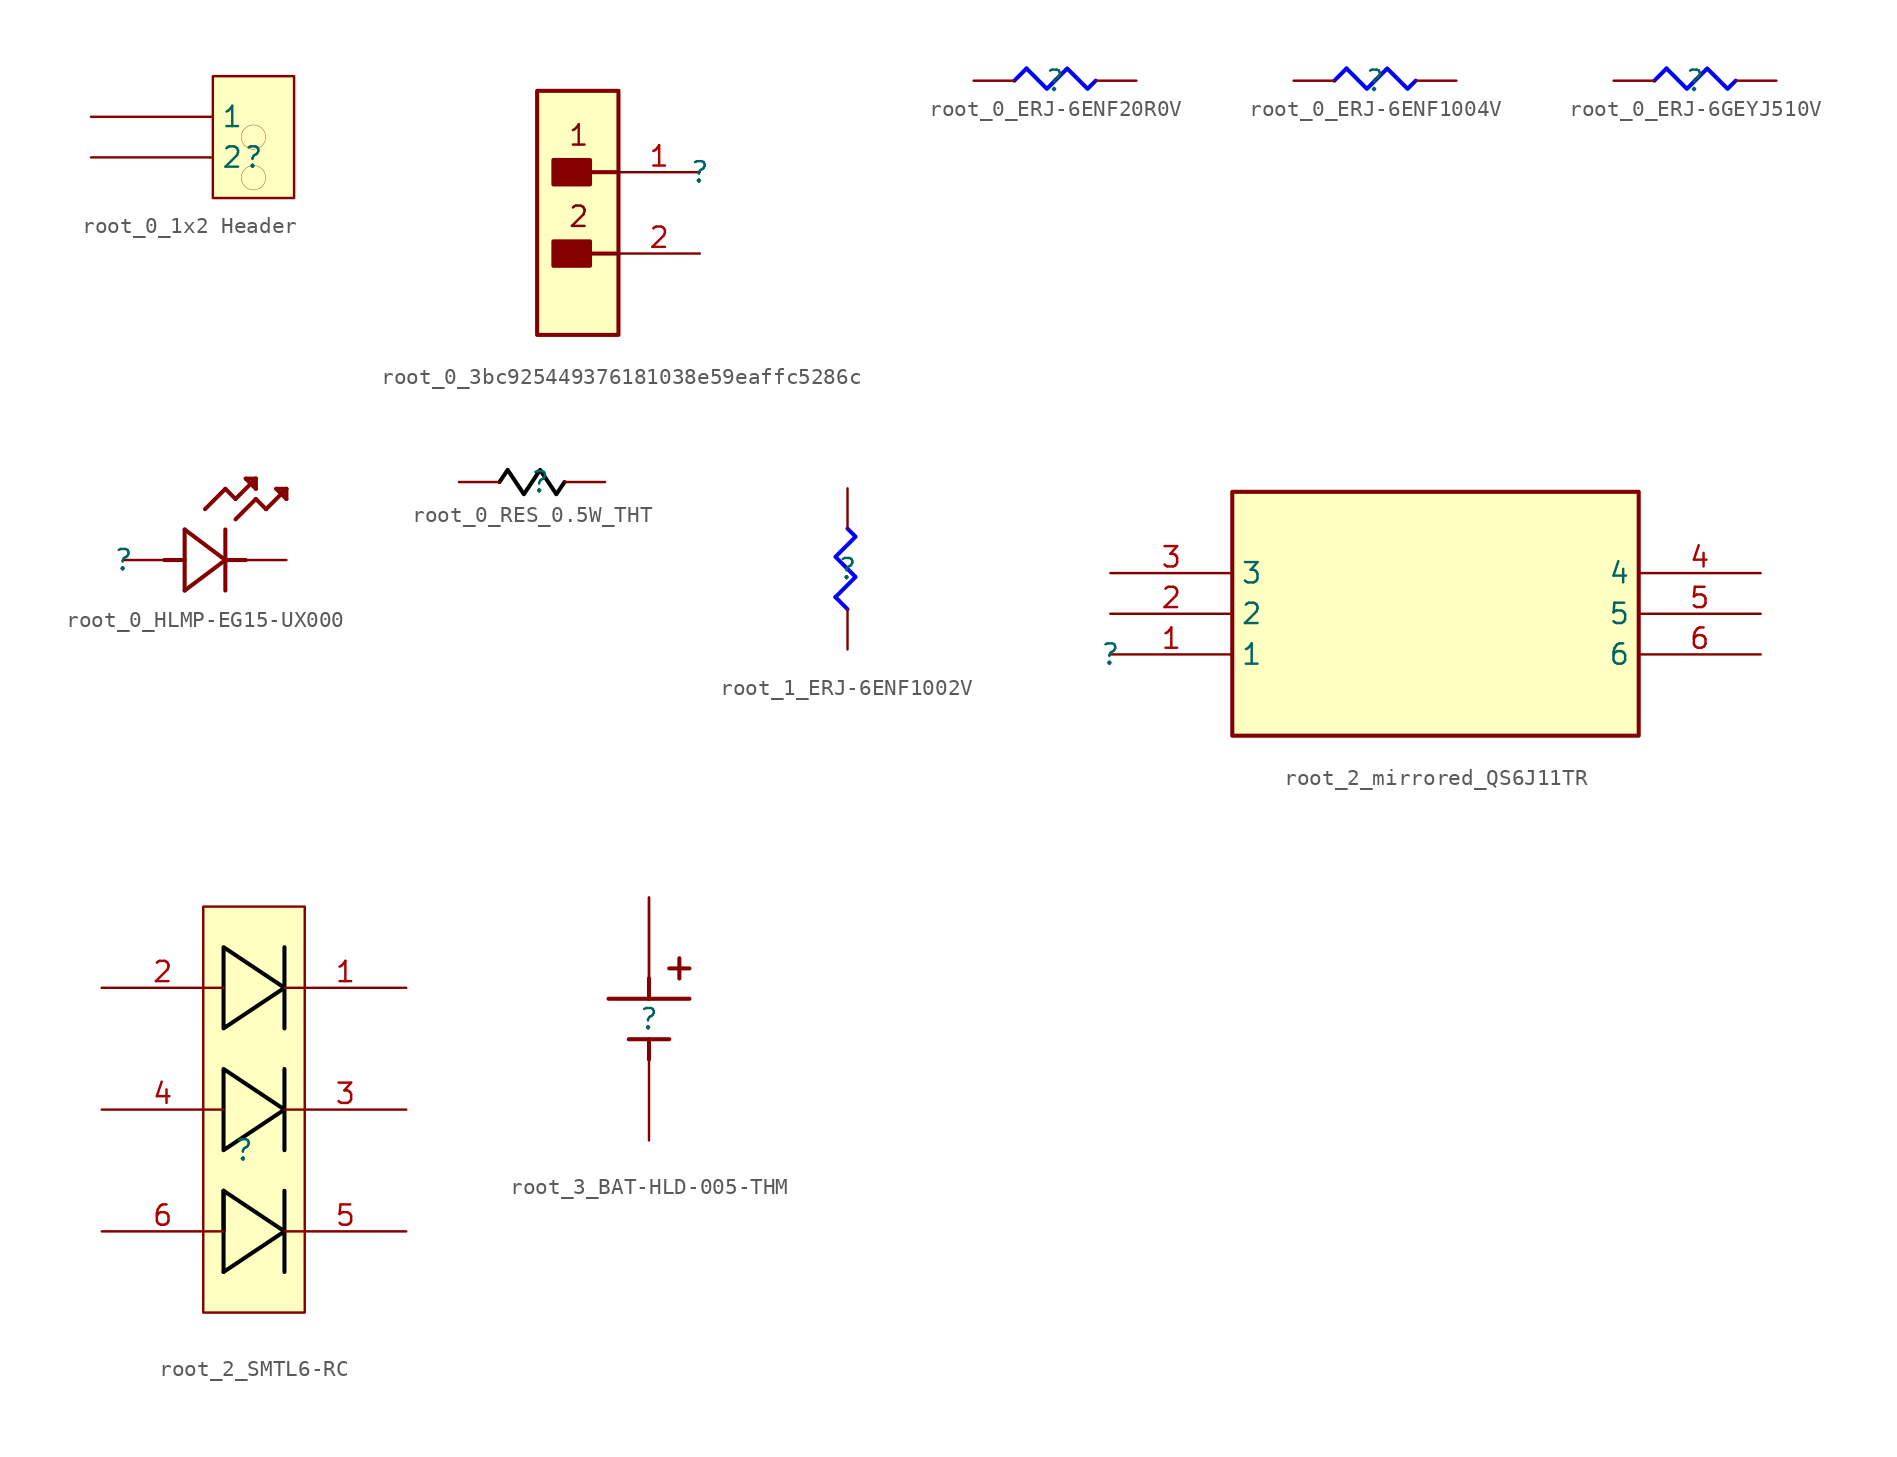
<source format=kicad_sym>
(kicad_symbol_lib
  (version 20220914)
  (generator kicad_symbol_editor)
  (symbol "root_0_1x2 Header"
    (property "Reference" ""
      (at 0 0 0)
      (effects (font (size 1.27 1.27))))
    (property "Value" ""
      (at 0 0 0)
      (effects (font (size 1.27 1.27))))
    (symbol "root_0_1x2 Header_1_0"
      (circle (center 0 -1.27) (radius 0.762) (stroke (width 0.0001) (type solid)) (fill (type color) (color 255 197 26 1)))
      (circle (center 0 1.27) (radius 0.762) (stroke (width 0.0001) (type solid)) (fill (type color) (color 255 197 26 1)))
      (rectangle (start 2.54 5.08) (end -2.54 -2.54) (stroke (width 0) (type solid)) (fill (type background)))
      (pin passive line (at -10.16 2.54 0) (length 7.62) (name "1" (effects (font (size 1.27 1.27)))) (number "1" (effects (font (size 0 0)))))
      (pin passive line (at -10.16 0 0) (length 7.62) (name "2" (effects (font (size 1.27 1.27)))) (number "2" (effects (font (size 0 0)))))))
  (symbol "root_0_3bc925449376181038e59eaffc5286c"
    (property "Reference" ""
      (at 0 0 0)
      (effects (font (size 1.27 1.27))))
    (property "Value" ""
      (at 0 0 0)
      (effects (font (size 1.27 1.27))))
    (symbol "root_0_3bc925449376181038e59eaffc5286c_1_0"
      (rectangle (start -6.858 -4.318) (end -9.144 -5.842) (stroke (width 0.254) (type solid)) (fill (type outline)))
      (rectangle (start -6.858 0.762) (end -9.144 -0.762) (stroke (width 0.254) (type solid)) (fill (type outline)))
      (rectangle (start -5.08 5.08) (end -10.16 -10.16) (stroke (width 0.254) (type solid)) (fill (type background)))
      (polyline (pts (xy -6.858 -5.08) (xy -5.08 -5.08)) (stroke (width 0.254) (type solid)) (fill (type none)))
      (polyline (pts (xy -6.858 0) (xy -5.08 0)) (stroke (width 0.254) (type solid)) (fill (type none)))
      (text "1" (at -6.858 3.048 0) (effects (font (size 1.27 1.27)) (justify right top)))
      (text "2" (at -6.858 -2.032 0) (effects (font (size 1.27 1.27)) (justify right top)))
      (pin passive line (at 0 0 180) (length 5.08) (name "1" (effects (font (size 0 0)))) (number "1" (effects (font (size 1.27 1.27)))))
      (pin passive line (at 0 -5.08 180) (length 5.08) (name "2" (effects (font (size 0 0)))) (number "2" (effects (font (size 1.27 1.27)))))))
  (symbol "root_0_ERJ-6ENF20R0V"
    (property "Reference" ""
      (at 0 0 0)
      (effects (font (size 1.27 1.27))))
    (property "Value" ""
      (at 0 0 0)
      (effects (font (size 1.27 1.27))))
    (symbol "root_0_ERJ-6ENF20R0V_1_0"
      (polyline (pts (xy -1.778 0.762) (xy -2.54 0)) (stroke (width 0.254) (type solid) (color 0 0 255 1)) (fill (type none)))
      (polyline (pts (xy -1.778 0.762) (xy -0.508 -0.508) (xy 0.762 0.762) (xy 2.032 -0.508) (xy 2.54 0)) (stroke (width 0.254) (type solid) (color 0 0 255 1)) (fill (type none)))
      (pin passive line (at -5.08 0 0) (length 2.54) (name "1" (effects (font (size 0 0)))) (number "1" (effects (font (size 0 0)))))
      (pin passive line (at 5.08 0 180) (length 2.54) (name "2" (effects (font (size 0 0)))) (number "2" (effects (font (size 0 0)))))))
  (symbol "root_0_ERJ-6ENF1004V"
    (property "Reference" ""
      (at 0 0 0)
      (effects (font (size 1.27 1.27))))
    (property "Value" ""
      (at 0 0 0)
      (effects (font (size 1.27 1.27))))
    (symbol "root_0_ERJ-6ENF1004V_1_0"
      (polyline (pts (xy -1.778 0.762) (xy -2.54 0)) (stroke (width 0.254) (type solid) (color 0 0 255 1)) (fill (type none)))
      (polyline (pts (xy -1.778 0.762) (xy -0.508 -0.508) (xy 0.762 0.762) (xy 2.032 -0.508) (xy 2.54 0)) (stroke (width 0.254) (type solid) (color 0 0 255 1)) (fill (type none)))
      (pin passive line (at -5.08 0 0) (length 2.54) (name "1" (effects (font (size 0 0)))) (number "1" (effects (font (size 0 0)))))
      (pin passive line (at 5.08 0 180) (length 2.54) (name "2" (effects (font (size 0 0)))) (number "2" (effects (font (size 0 0)))))))
  (symbol "root_0_ERJ-6GEYJ510V"
    (property "Reference" ""
      (at 0 0 0)
      (effects (font (size 1.27 1.27))))
    (property "Value" ""
      (at 0 0 0)
      (effects (font (size 1.27 1.27))))
    (symbol "root_0_ERJ-6GEYJ510V_1_0"
      (polyline (pts (xy -1.778 0.762) (xy -2.54 0)) (stroke (width 0.254) (type solid) (color 0 0 255 1)) (fill (type none)))
      (polyline (pts (xy -1.778 0.762) (xy -0.508 -0.508) (xy 0.762 0.762) (xy 2.032 -0.508) (xy 2.54 0)) (stroke (width 0.254) (type solid) (color 0 0 255 1)) (fill (type none)))
      (pin passive line (at -5.08 0 0) (length 2.54) (name "1" (effects (font (size 0 0)))) (number "1" (effects (font (size 0 0)))))
      (pin passive line (at 5.08 0 180) (length 2.54) (name "2" (effects (font (size 0 0)))) (number "2" (effects (font (size 0 0)))))))
  (symbol "root_0_HLMP-EG15-UX000"
    (property "Reference" ""
      (at 0 0 0)
      (effects (font (size 1.27 1.27))))
    (property "Value" ""
      (at 0 0 0)
      (effects (font (size 1.27 1.27))))
    (symbol "root_0_HLMP-EG15-UX000_1_0"
      (polyline (pts (xy 2.54 0) (xy 3.48 0)) (stroke (width 0.254) (type solid)) (fill (type none)))
      (polyline (pts (xy 3.175 0) (xy 3.81 0)) (stroke (width 0.254) (type solid)) (fill (type none)))
      (polyline (pts (xy 3.81 -1.905) (xy 6.35 0)) (stroke (width 0.254) (type solid)) (fill (type none)))
      (polyline (pts (xy 3.81 1.905) (xy 3.81 -1.905)) (stroke (width 0.254) (type solid)) (fill (type none)))
      (polyline (pts (xy 5.08 3.175) (xy 6.35 4.445)) (stroke (width 0.254) (type solid)) (fill (type none)))
      (polyline (pts (xy 6.35 -1.905) (xy 6.35 1.905)) (stroke (width 0.254) (type solid)) (fill (type none)))
      (polyline (pts (xy 6.35 0) (xy 3.81 1.905)) (stroke (width 0.254) (type solid)) (fill (type none)))
      (polyline (pts (xy 6.35 0) (xy 7.62 0)) (stroke (width 0.254) (type solid)) (fill (type none)))
      (polyline (pts (xy 6.35 4.445) (xy 6.985 3.81)) (stroke (width 0.254) (type solid)) (fill (type none)))
      (polyline (pts (xy 6.985 2.54) (xy 8.255 3.81)) (stroke (width 0.254) (type solid)) (fill (type none)))
      (polyline (pts (xy 6.985 3.81) (xy 8.255 5.08)) (stroke (width 0.254) (type solid)) (fill (type none)))
      (polyline (pts (xy 7.62 5.08) (xy 8.255 4.445)) (stroke (width 0.254) (type solid)) (fill (type none)))
      (polyline (pts (xy 8.255 3.81) (xy 8.89 3.175)) (stroke (width 0.254) (type solid)) (fill (type none)))
      (polyline (pts (xy 8.255 4.445) (xy 8.255 5.08)) (stroke (width 0.254) (type solid)) (fill (type none)))
      (polyline (pts (xy 8.255 5.08) (xy 7.62 5.08)) (stroke (width 0.254) (type solid)) (fill (type none)))
      (polyline (pts (xy 8.89 3.175) (xy 10.16 4.445)) (stroke (width 0.254) (type solid)) (fill (type none)))
      (polyline (pts (xy 9.525 4.445) (xy 10.16 3.81)) (stroke (width 0.254) (type solid)) (fill (type none)))
      (polyline (pts (xy 10.16 3.81) (xy 10.16 4.445)) (stroke (width 0.254) (type solid)) (fill (type none)))
      (polyline (pts (xy 10.16 4.445) (xy 9.525 4.445)) (stroke (width 0.254) (type solid)) (fill (type none)))
      (pin passive line (at 10.16 0 180) (length 2.54) (name "1" (effects (font (size 0 0)))) (number "1" (effects (font (size 0 0)))))
      (pin passive line (at 0 0 0) (length 2.54) (name "2" (effects (font (size 0 0)))) (number "2" (effects (font (size 0 0)))))))
  (symbol "root_0_RES_0.5W_THT"
    (property "Reference" ""
      (at 0 0 0)
      (effects (font (size 1.27 1.27))))
    (property "Value" ""
      (at 0 0 0)
      (effects (font (size 1.27 1.27))))
    (symbol "root_0_RES_0.5W_THT_1_0"
      (polyline (pts (xy -2.54 0) (xy -2.032 0.762) (xy -1.524 0) (xy -1.016 -0.762) (xy -0.508 0) (xy 0 0.762) (xy 0.508 0) (xy 1.016 -0.762) (xy 1.524 0)) (stroke (width 0.254) (type solid) (color 0 0 0 1)) (fill (type none)))
      (pin passive line (at -5.08 0 0) (length 2.54) (name "1" (effects (font (size 0 0)))) (number "1" (effects (font (size 0 0)))))
      (pin passive line (at 4.064 0 180) (length 2.54) (name "2" (effects (font (size 0 0)))) (number "2" (effects (font (size 0 0)))))))
  (symbol "root_1_ERJ-6ENF1002V"
    (property "Reference" ""
      (at 0 0 0)
      (effects (font (size 1.27 1.27))))
    (property "Value" ""
      (at 0 0 0)
      (effects (font (size 1.27 1.27))))
    (symbol "root_1_ERJ-6ENF1002V_1_0"
      (polyline (pts (xy -0.762 -1.778) (xy 0 -2.54)) (stroke (width 0.254) (type solid) (color 0 0 255 1)) (fill (type none)))
      (polyline (pts (xy -0.762 -1.778) (xy 0.508 -0.508) (xy -0.762 0.762) (xy 0.508 2.032) (xy 0 2.54)) (stroke (width 0.254) (type solid) (color 0 0 255 1)) (fill (type none)))
      (pin passive line (at 0 -5.08 90) (length 2.54) (name "1" (effects (font (size 0 0)))) (number "1" (effects (font (size 0 0)))))
      (pin passive line (at 0 5.08 270) (length 2.54) (name "2" (effects (font (size 0 0)))) (number "2" (effects (font (size 0 0)))))))
  (symbol "root_2_mirrored_QS6J11TR"
    (property "Reference" ""
      (at 0 0 0)
      (effects (font (size 1.27 1.27))))
    (property "Value" ""
      (at 0 0 0)
      (effects (font (size 1.27 1.27))))
    (symbol "root_2_mirrored_QS6J11TR_1_0"
      (rectangle (start 33.02 10.16) (end 7.62 -5.08) (stroke (width 0.254) (type solid)) (fill (type background)))
      (pin passive line (at 0 0 0) (length 7.62) (name "1" (effects (font (size 1.27 1.27)))) (number "1" (effects (font (size 1.27 1.27)))))
      (pin passive line (at 0 2.54 0) (length 7.62) (name "2" (effects (font (size 1.27 1.27)))) (number "2" (effects (font (size 1.27 1.27)))))
      (pin passive line (at 0 5.08 0) (length 7.62) (name "3" (effects (font (size 1.27 1.27)))) (number "3" (effects (font (size 1.27 1.27)))))
      (pin passive line (at 40.64 5.08 180) (length 7.62) (name "4" (effects (font (size 1.27 1.27)))) (number "4" (effects (font (size 1.27 1.27)))))
      (pin passive line (at 40.64 2.54 180) (length 7.62) (name "5" (effects (font (size 1.27 1.27)))) (number "5" (effects (font (size 1.27 1.27)))))
      (pin passive line (at 40.64 0 180) (length 7.62) (name "6" (effects (font (size 1.27 1.27)))) (number "6" (effects (font (size 1.27 1.27)))))))
  (symbol "root_2_SMTL6-RC"
    (property "Reference" ""
      (at 0 0 0)
      (effects (font (size 1.27 1.27))))
    (property "Value" ""
      (at 0 0 0)
      (effects (font (size 1.27 1.27))))
    (symbol "root_2_SMTL6-RC_1_0"
      (polyline (pts (xy -1.27 -2.54) (xy -1.27 -7.62)) (stroke (width 0.254) (type solid) (color 0 0 0 1)) (fill (type none)))
      (polyline (pts (xy -1.27 -2.54) (xy -1.27 -5.08)) (stroke (width 0.254) (type solid) (color 0 0 0 1)) (fill (type none)))
      (polyline (pts (xy 2.54 -5.08) (xy -1.27 -7.62)) (stroke (width 0.254) (type solid) (color 0 0 0 1)) (fill (type none)))
      (polyline (pts (xy 2.54 -5.08) (xy -1.27 -2.54)) (stroke (width 0.254) (type solid) (color 0 0 0 1)) (fill (type none)))
      (polyline (pts (xy 2.54 -2.54) (xy 2.54 -7.62)) (stroke (width 0.254) (type solid) (color 0 0 0 1)) (fill (type none)))
      (polyline (pts (xy 2.54 5.08) (xy 2.54 0)) (stroke (width 0.254) (type solid) (color 0 0 0 1)) (fill (type none)))
      (polyline (pts (xy 2.54 12.7) (xy 2.54 7.62)) (stroke (width 0.254) (type solid) (color 0 0 0 1)) (fill (type none)))
      (polyline (pts (xy -1.27 5.08) (xy -1.27 0) (xy 2.54 2.54) (xy -1.27 5.08)) (stroke (width 0.254) (type solid) (color 0 0 0 1)) (fill (type none)))
      (polyline (pts (xy -1.27 12.7) (xy -1.27 7.62) (xy 2.54 10.16) (xy -1.27 12.7)) (stroke (width 0.254) (type solid) (color 0 0 0 1)) (fill (type none)))
      (rectangle (start 3.81 15.24) (end -2.54 -10.16) (stroke (width 0) (type solid)) (fill (type background)))
      (pin passive line (at 10.16 10.16 180) (length 7.62) (name "1" (effects (font (size 0 0)))) (number "1" (effects (font (size 1.27 1.27)))))
      (pin passive line (at -8.89 10.16 0) (length 7.62) (name "2" (effects (font (size 0 0)))) (number "2" (effects (font (size 1.27 1.27)))))
      (pin passive line (at 10.16 2.54 180) (length 7.62) (name "3" (effects (font (size 0 0)))) (number "3" (effects (font (size 1.27 1.27)))))
      (pin passive line (at -8.89 2.54 0) (length 7.62) (name "4" (effects (font (size 0 0)))) (number "4" (effects (font (size 1.27 1.27)))))
      (pin passive line (at 10.16 -5.08 180) (length 7.62) (name "5" (effects (font (size 0 0)))) (number "5" (effects (font (size 1.27 1.27)))))
      (pin passive line (at -8.89 -5.08 0) (length 7.62) (name "6" (effects (font (size 0 0)))) (number "6" (effects (font (size 1.27 1.27)))))))
  (symbol "root_3_BAT-HLD-005-THM"
    (property "Reference" ""
      (at 0 0 0)
      (effects (font (size 1.27 1.27))))
    (property "Value" ""
      (at 0 0 0)
      (effects (font (size 1.27 1.27))))
    (symbol "root_3_BAT-HLD-005-THM_1_0"
      (polyline (pts (xy 0 -1.27) (xy 0 -2.54)) (stroke (width 0.254) (type solid)) (fill (type none)))
      (polyline (pts (xy 0 1.27) (xy 0 2.54)) (stroke (width 0.254) (type solid)) (fill (type none)))
      (polyline (pts (xy 1.27 -1.27) (xy -1.27 -1.27)) (stroke (width 0.254) (type solid)) (fill (type none)))
      (polyline (pts (xy 1.905 3.81) (xy 1.905 2.54)) (stroke (width 0.254) (type solid)) (fill (type none)))
      (polyline (pts (xy 2.54 1.27) (xy -2.54 1.27)) (stroke (width 0.254) (type solid)) (fill (type none)))
      (polyline (pts (xy 2.54 3.175) (xy 1.27 3.175)) (stroke (width 0.254) (type solid)) (fill (type none)))
      (pin passive line (at 0 -7.62 90) (length 5.08) (name "NEG" (effects (font (size 0 0)))) (number "N" (effects (font (size 0 0)))))
      (pin passive line (at 0 7.62 270) (length 5.08) (name "POS" (effects (font (size 0 0)))) (number "P1" (effects (font (size 0 0)))))
      (pin passive line (at 0 7.62 270) (length 5.08) (name "POS" (effects (font (size 0 0)))) (number "P2" (effects (font (size 0 0))))))))
</source>
